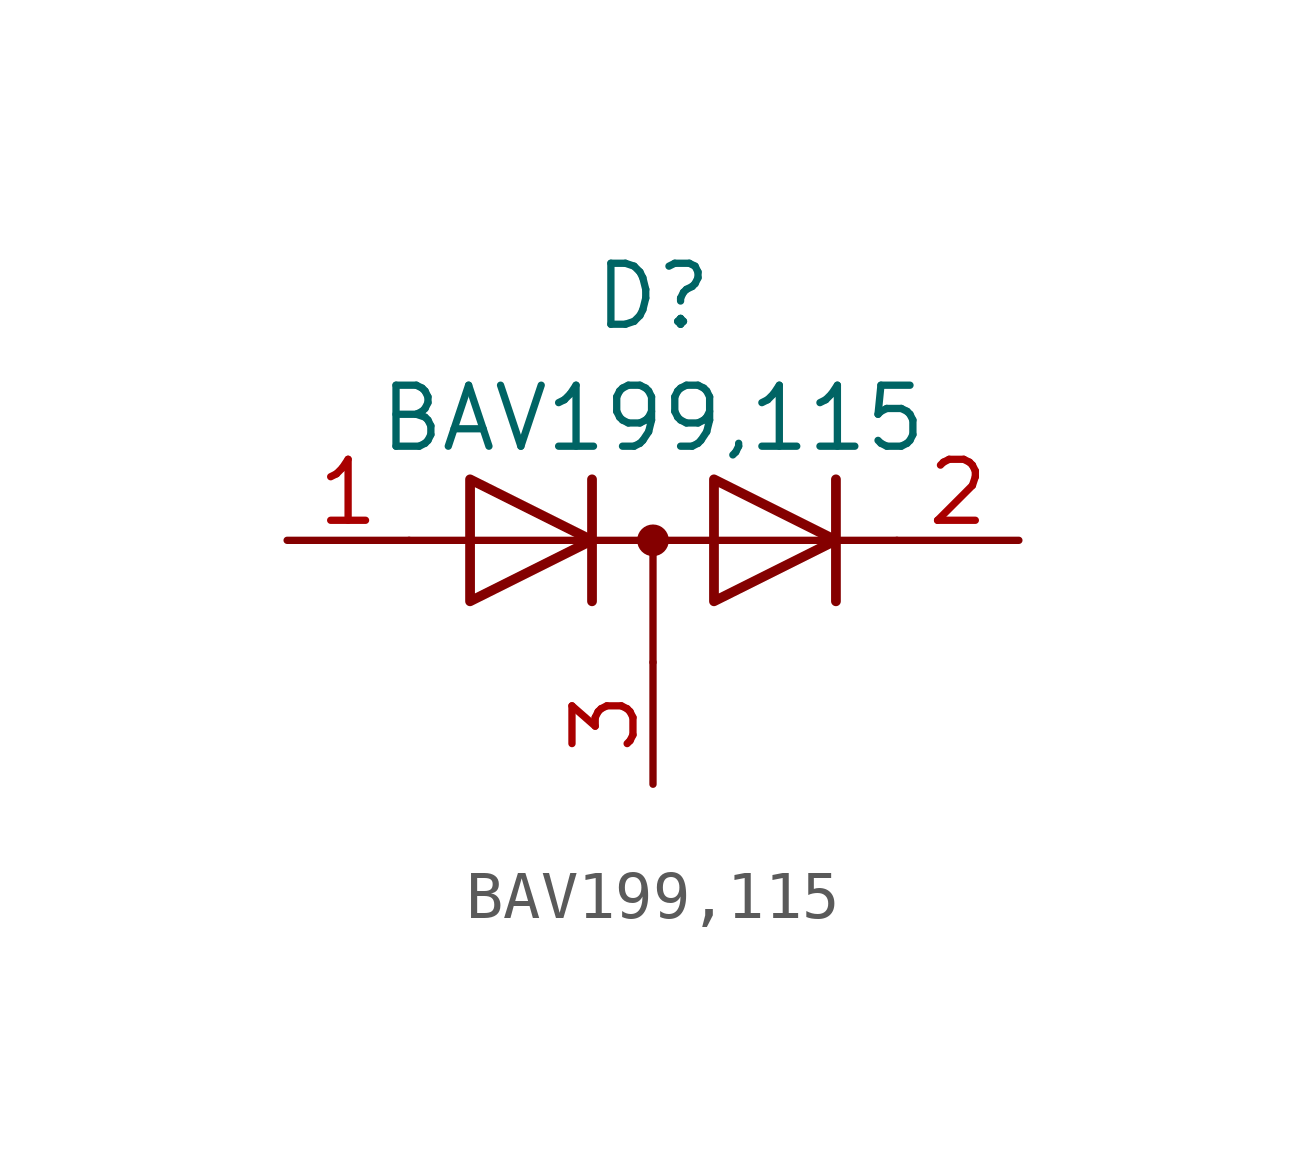
<source format=kicad_sym>
(kicad_symbol_lib
  (version 20211014)
  (generator kicad_symbol_editor)
  (symbol "BAV199,115"
    (pin_names hide)
    (property "Reference" "D"
      (at 0 5.08 0)
      (effects (font (size 1.27 1.27))))
    (property "Value" "BAV199,115"
      (at 0 2.54 0)
      (effects (font (size 1.27 1.27))))
    (symbol "BAV199,115_0_1"
      (polyline (pts (xy -5.08 0) (xy 5.08 0)) (stroke (width 0) (type default) (color 0 0 0 0)) (fill (type none))))
    (symbol "BAV199,115_1_1"
      (polyline (pts (xy 0 0) (xy 0 -2.54)) (stroke (width 0) (type default) (color 0 0 0 0)) (fill (type none)))
      (polyline (pts (xy -1.27 -1.27) (xy -1.27 1.27) (xy -1.27 1.27)) (stroke (width 0.203) (type default) (color 0 0 0 0)) (fill (type none)))
      (polyline (pts (xy 3.81 1.27) (xy 3.81 -1.27) (xy 3.81 -1.27)) (stroke (width 0.203) (type default) (color 0 0 0 0)) (fill (type none)))
      (polyline (pts (xy -3.81 1.27) (xy -1.27 0) (xy -3.81 -1.27) (xy -3.81 1.27) (xy -3.81 1.27) (xy -3.81 1.27)) (stroke (width 0.203) (type default) (color 0 0 0 0)) (fill (type none)))
      (polyline (pts (xy 1.27 1.27) (xy 3.81 0) (xy 1.27 -1.27) (xy 1.27 1.27) (xy 1.27 1.27) (xy 1.27 1.27)) (stroke (width 0.203) (type default) (color 0 0 0 0)) (fill (type none)))
      (circle (center 0 0) (radius 0.254) (stroke (width 0) (type default) (color 0 0 0 0)) (fill (type outline)))
      (pin passive line (at -7.62 0 0) (length 2.54) (name "K" (effects (font (size 1.27 1.27)))) (number "1" (effects (font (size 1.27 1.27)))))
      (pin passive line (at 7.62 0 180) (length 2.54) (name "A" (effects (font (size 1.27 1.27)))) (number "2" (effects (font (size 1.27 1.27)))))
      (pin passive line (at 0 -5.08 90) (length 2.54) (name "K" (effects (font (size 1.27 1.27)))) (number "3" (effects (font (size 1.27 1.27))))))))
</source>
